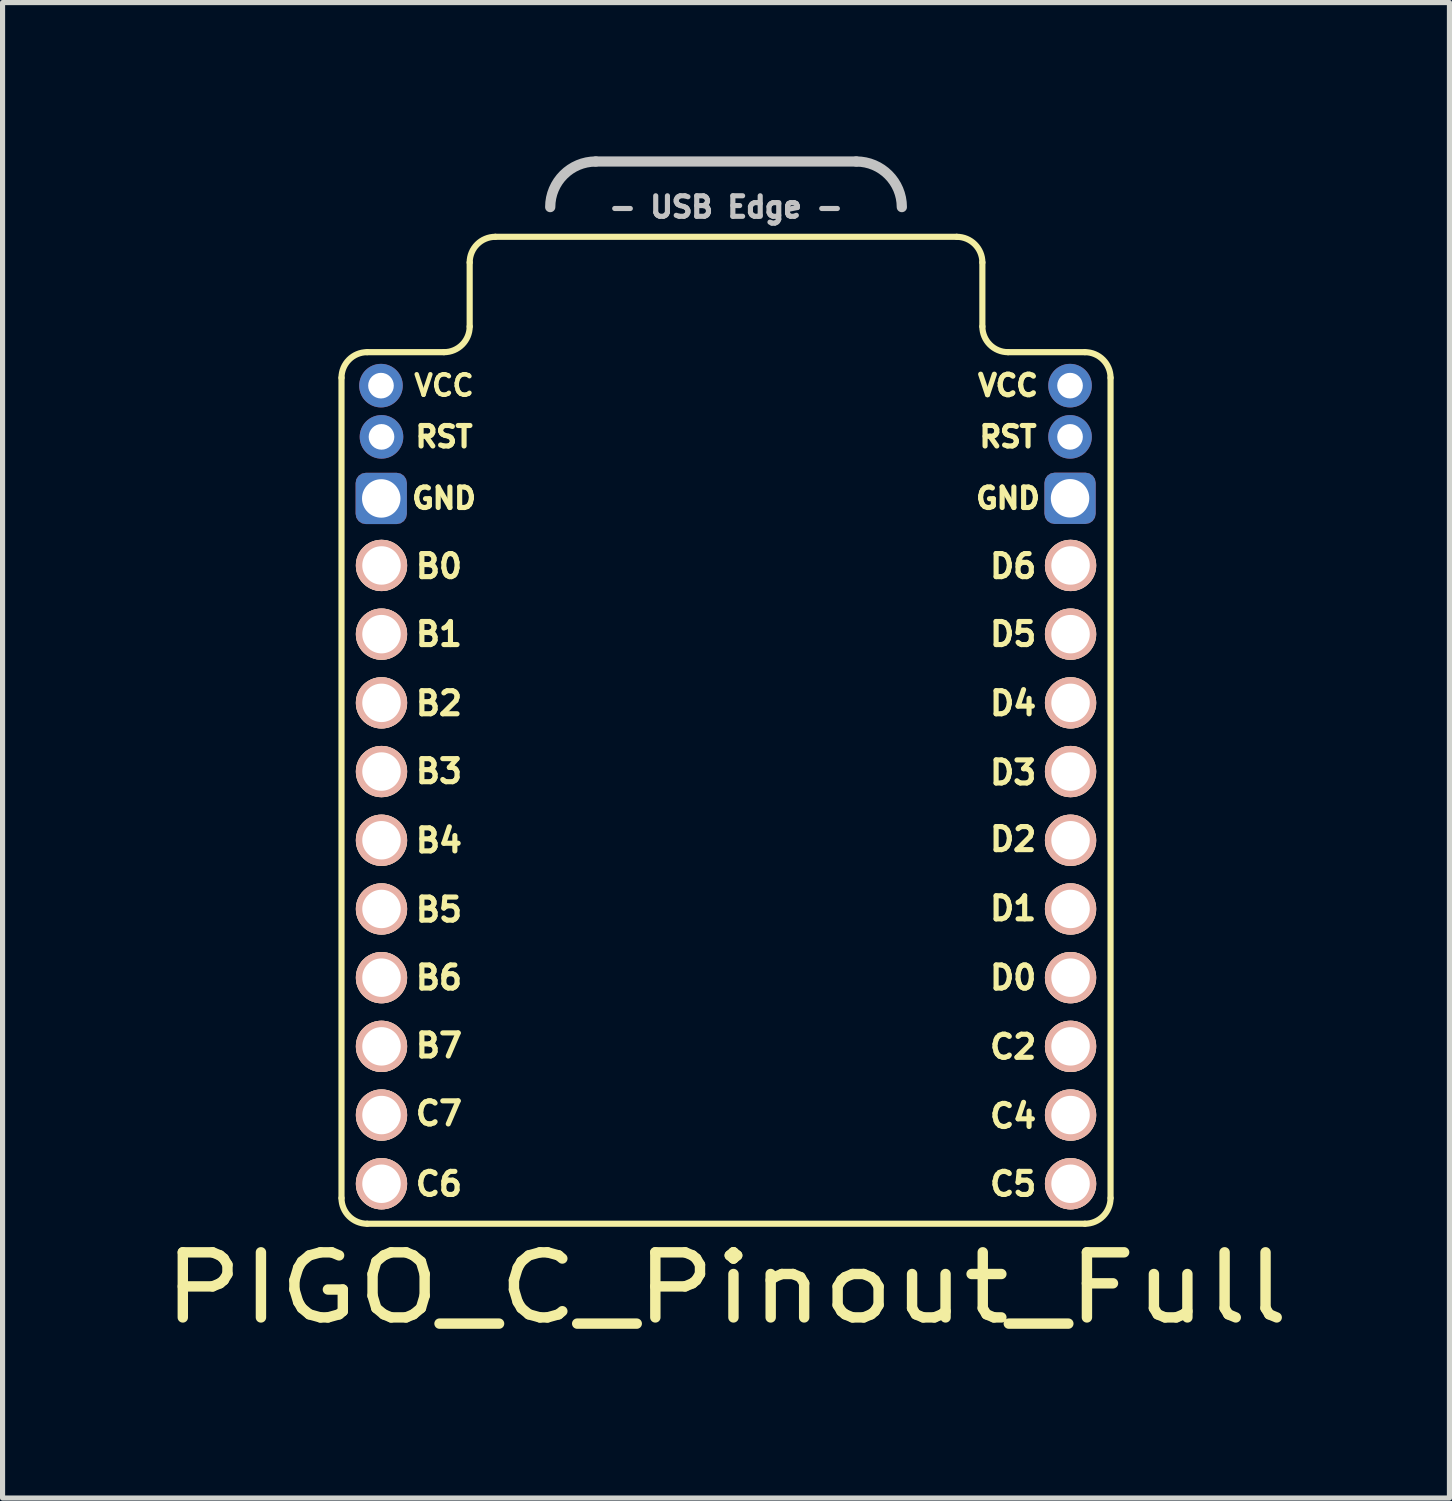
<source format=kicad_pcb>
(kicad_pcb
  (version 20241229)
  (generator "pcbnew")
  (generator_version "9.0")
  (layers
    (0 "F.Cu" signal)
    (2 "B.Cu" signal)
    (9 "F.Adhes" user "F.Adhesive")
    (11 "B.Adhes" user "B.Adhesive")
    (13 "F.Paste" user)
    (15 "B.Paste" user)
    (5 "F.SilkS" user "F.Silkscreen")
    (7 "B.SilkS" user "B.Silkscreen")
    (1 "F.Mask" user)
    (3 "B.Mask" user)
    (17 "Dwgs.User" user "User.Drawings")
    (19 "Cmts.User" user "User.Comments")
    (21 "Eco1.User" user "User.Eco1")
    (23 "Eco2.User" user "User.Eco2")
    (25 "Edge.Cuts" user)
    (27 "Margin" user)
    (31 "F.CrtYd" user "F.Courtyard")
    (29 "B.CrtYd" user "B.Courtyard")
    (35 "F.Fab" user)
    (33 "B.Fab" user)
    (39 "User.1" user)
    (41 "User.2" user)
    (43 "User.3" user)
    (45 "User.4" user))
  (footprint "PIGO_C_Pinout_Full"
    (layer "F.Cu")
    (at 11.111 6.069)
    (property "Reference" "PIGO_C_Pinout_Full" (at 0 16 180) (layer "F.SilkS") (effects (font (size 1.27 1.524) (thickness 0.203))))
    (attr through_hole)
    (fp_line (start -7.5 -1.75) (end -7.5 14.25) (stroke (width 0.12) (type solid)) (layer "F.SilkS"))
    (fp_line (start -7 -2.25) (end -5.5 -2.25) (stroke (width 0.12) (type solid)) (layer "F.SilkS"))
    (fp_line (start -7 14.75) (end 7 14.75) (stroke (width 0.12) (type solid)) (layer "F.SilkS"))
    (fp_line (start -5 -4) (end -5 -2.75) (stroke (width 0.12) (type solid)) (layer "F.SilkS"))
    (fp_line (start -4.5 -4.5) (end 4.5 -4.5) (stroke (width 0.12) (type solid)) (layer "F.SilkS"))
    (fp_line (start 5 -4) (end 5 -2.75) (stroke (width 0.12) (type solid)) (layer "F.SilkS"))
    (fp_line (start 7 -2.25) (end 5.5 -2.25) (stroke (width 0.12) (type solid)) (layer "F.SilkS"))
    (fp_line (start 7.5 -1.75) (end 7.5 14.25) (stroke (width 0.12) (type solid)) (layer "F.SilkS"))
    (fp_arc (start -7.5 -1.75) (mid -7.353553 -2.103553) (end -7 -2.25) (stroke (width 0.12) (type solid)) (layer "F.SilkS"))
    (fp_arc (start -7 14.75) (mid -7.353553 14.603553) (end -7.5 14.25) (stroke (width 0.12) (type solid)) (layer "F.SilkS"))
    (fp_arc (start -5 -4) (mid -4.853553 -4.353553) (end -4.5 -4.5) (stroke (width 0.12) (type solid)) (layer "F.SilkS"))
    (fp_arc (start -5 -2.75) (mid -5.146447 -2.396447) (end -5.5 -2.25) (stroke (width 0.12) (type solid)) (layer "F.SilkS"))
    (fp_arc (start 4.5 -4.5) (mid 4.853553 -4.353553) (end 5 -4) (stroke (width 0.12) (type solid)) (layer "F.SilkS"))
    (fp_arc (start 5.5 -2.25) (mid 5.146447 -2.396447) (end 5 -2.75) (stroke (width 0.12) (type solid)) (layer "F.SilkS"))
    (fp_arc (start 7 -2.25) (mid 7.353553 -2.103553) (end 7.5 -1.75) (stroke (width 0.12) (type solid)) (layer "F.SilkS"))
    (fp_arc (start 7.5 14.25) (mid 7.353553 14.603553) (end 7 14.75) (stroke (width 0.12) (type solid)) (layer "F.SilkS"))
    (fp_line (start -2.54 -5.969) (end 2.54 -5.969) (stroke (width 0.2) (type solid)) (layer "Dwgs.User"))
    (fp_arc (start -3.429 -5.08) (mid -3.168618 -5.708618) (end -2.54 -5.969) (stroke (width 0.2) (type solid)) (layer "Dwgs.User"))
    (fp_arc (start 2.54 -5.969) (mid 3.168618 -5.708618) (end 3.429 -5.08) (stroke (width 0.2) (type solid)) (layer "Dwgs.User"))
    (fp_text user "D6" (at 5.6 1.925 0) (layer "F.SilkS") (effects (font (size 0.45 0.45) (thickness 0.1))))
    (fp_text user "D2" (at 5.6 7.25 0) (layer "F.SilkS") (effects (font (size 0.45 0.45) (thickness 0.1))))
    (fp_text user "RST" (at -5.5 -0.6 0) (layer "F.SilkS") (effects (font (size 0.4 0.4) (thickness 0.1))))
    (fp_text user "C6" (at -5.6 13.975 0) (layer "F.SilkS") (effects (font (size 0.45 0.45) (thickness 0.1))))
    (fp_text user "B2" (at -5.6 4.6 0) (layer "F.SilkS") (effects (font (size 0.45 0.45) (thickness 0.1))))
    (fp_text user "D1" (at 5.6 8.6 0) (layer "F.SilkS") (effects (font (size 0.45 0.45) (thickness 0.1))))
    (fp_text user "GND" (at -5.5 0.6 0) (layer "F.SilkS") (effects (font (size 0.4 0.4) (thickness 0.1))))
    (fp_text user "B7" (at -5.6 11.275 0) (layer "F.SilkS") (effects (font (size 0.45 0.45) (thickness 0.1))))
    (fp_text user "B1" (at -5.6 3.25 0) (layer "F.SilkS") (effects (font (size 0.45 0.45) (thickness 0.1))))
    (fp_text user "B4" (at -5.6 7.275 0) (layer "F.SilkS") (effects (font (size 0.45 0.45) (thickness 0.1))))
    (fp_text user "B3" (at -5.6 5.925 0) (layer "F.SilkS") (effects (font (size 0.45 0.45) (thickness 0.1))))
    (fp_text user "C2" (at 5.6 11.3 0) (layer "F.SilkS") (effects (font (size 0.45 0.45) (thickness 0.1))))
    (fp_text user "VCC" (at -5.5 -1.6 0) (layer "F.SilkS") (effects (font (size 0.4 0.4) (thickness 0.087))))
    (fp_text user "D5" (at 5.6 3.25 0) (layer "F.SilkS") (effects (font (size 0.45 0.45) (thickness 0.1))))
    (fp_text user "B0" (at -5.6 1.925 0) (layer "F.SilkS") (effects (font (size 0.45 0.45) (thickness 0.1))))
    (fp_text user "C7" (at -5.6 12.6 0) (layer "F.SilkS") (effects (font (size 0.45 0.45) (thickness 0.1))))
    (fp_text user "B6" (at -5.6 9.95 0) (layer "F.SilkS") (effects (font (size 0.45 0.45) (thickness 0.1))))
    (fp_text user "B5" (at -5.6 8.625 0) (layer "F.SilkS") (effects (font (size 0.45 0.45) (thickness 0.1))))
    (fp_text user "C5" (at 5.6 13.975 0) (layer "F.SilkS") (effects (font (size 0.45 0.45) (thickness 0.1))))
    (fp_text user "GND" (at 5.5 0.6 0) (layer "F.SilkS") (effects (font (size 0.4 0.4) (thickness 0.1))))
    (fp_text user "D3" (at 5.6 5.95 0) (layer "F.SilkS") (effects (font (size 0.45 0.45) (thickness 0.1))))
    (fp_text user "D4" (at 5.6 4.6 0) (layer "F.SilkS") (effects (font (size 0.45 0.45) (thickness 0.1))))
    (fp_text user "VCC" (at 5.5 -1.6 0) (layer "F.SilkS") (effects (font (size 0.4 0.4) (thickness 0.1))))
    (fp_text user "RST" (at 5.5 -0.6 0) (layer "F.SilkS") (effects (font (size 0.4 0.4) (thickness 0.1))))
    (fp_text user "C4" (at 5.6 12.65 0) (layer "F.SilkS") (effects (font (size 0.45 0.45) (thickness 0.1))))
    (fp_text user "D0" (at 5.6 9.95 0) (layer "F.SilkS") (effects (font (size 0.45 0.45) (thickness 0.1))))
    (fp_text user "- USB Edge -" (at 0 -5.08 0) (layer "Dwgs.User") (effects (font (size 0.4 0.4) (thickness 0.1))))
    (pad "1" thru_hole roundrect (at -6.725 0.603 180) (size 1 1) (drill 0.75) (layers "*.Cu" "*.Mask") (roundrect_rratio 0.2))
    (pad "1" thru_hole roundrect (at 6.71 0.6 270) (size 1 1) (drill 0.75) (layers "*.Cu" "*.Mask") (roundrect_rratio 0.2))
    (pad "2" thru_hole oval (at -6.72 -0.598 180) (size 0.85 0.85) (drill 0.5) (layers "*.Cu" "*.Mask"))
    (pad "2" thru_hole oval (at 6.71 -0.598 270) (size 0.85 0.85) (drill 0.5) (layers "*.Cu" "*.Mask"))
    (pad "3" thru_hole circle (at -6.72 1.91 270) (size 1 1) (drill 0.75) (layers "*.Cu" "*.SilkS" "*.Mask"))
    (pad "4" thru_hole circle (at -6.72 3.25 270) (size 1 1) (drill 0.75) (layers "*.Cu" "*.SilkS" "*.Mask"))
    (pad "5" thru_hole circle (at -6.72 4.59 270) (size 1 1) (drill 0.75) (layers "*.Cu" "*.SilkS" "*.Mask"))
    (pad "6" thru_hole circle (at -6.72 5.93 270) (size 1 1) (drill 0.75) (layers "*.Cu" "*.SilkS" "*.Mask"))
    (pad "7" thru_hole circle (at -6.72 7.27 270) (size 1 1) (drill 0.75) (layers "*.Cu" "*.SilkS" "*.Mask"))
    (pad "8" thru_hole circle (at -6.72 8.61 270) (size 1 1) (drill 0.75) (layers "*.Cu" "*.SilkS" "*.Mask"))
    (pad "9" thru_hole circle (at -6.72 9.95 270) (size 1 1) (drill 0.75) (layers "*.Cu" "*.SilkS" "*.Mask"))
    (pad "10" thru_hole circle (at -6.72 11.29 270) (size 1 1) (drill 0.75) (layers "*.Cu" "*.SilkS" "*.Mask"))
    (pad "11" thru_hole circle (at -6.72 12.63 270) (size 1 1) (drill 0.75) (layers "*.Cu" "*.SilkS" "*.Mask"))
    (pad "12" thru_hole circle (at -6.72 13.97 270) (size 1 1) (drill 0.75) (layers "*.Cu" "*.SilkS" "*.Mask"))
    (pad "13" thru_hole circle (at 6.72 13.97 270) (size 1 1) (drill 0.75) (layers "*.Cu" "*.SilkS" "*.Mask"))
    (pad "14" thru_hole circle (at 6.72 12.63 270) (size 1 1) (drill 0.75) (layers "*.Cu" "*.SilkS" "*.Mask"))
    (pad "15" thru_hole circle (at 6.72 11.29 270) (size 1 1) (drill 0.75) (layers "*.Cu" "*.SilkS" "*.Mask"))
    (pad "16" thru_hole circle (at 6.72 9.95 270) (size 1 1) (drill 0.75) (layers "*.Cu" "*.SilkS" "*.Mask"))
    (pad "17" thru_hole circle (at 6.72 8.61 270) (size 1 1) (drill 0.75) (layers "*.Cu" "*.SilkS" "*.Mask"))
    (pad "18" thru_hole circle (at 6.72 7.27 270) (size 1 1) (drill 0.75) (layers "*.Cu" "*.SilkS" "*.Mask"))
    (pad "19" thru_hole circle (at 6.72 5.93 270) (size 1 1) (drill 0.75) (layers "*.Cu" "*.SilkS" "*.Mask"))
    (pad "20" thru_hole circle (at 6.72 4.59 270) (size 1 1) (drill 0.75) (layers "*.Cu" "*.SilkS" "*.Mask"))
    (pad "21" thru_hole circle (at 6.72 3.25 270) (size 1 1) (drill 0.75) (layers "*.Cu" "*.SilkS" "*.Mask"))
    (pad "22" thru_hole circle (at 6.72 1.91 270) (size 1 1) (drill 0.75) (layers "*.Cu" "*.SilkS" "*.Mask"))
    (pad "24" thru_hole oval (at -6.73 -1.597 180) (size 0.85 0.85) (drill 0.5) (layers "*.Cu" "*.Mask"))
    (pad "24" thru_hole oval (at 6.71 -1.597 270) (size 0.85 0.85) (drill 0.5) (layers "*.Cu" "*.Mask")))
  (gr_rect
    (start -3 -3)
    (end 25.221 26.169)
    (stroke (width 0.1) (type default))
    (fill no)
    (layer "Edge.Cuts")))
</source>
